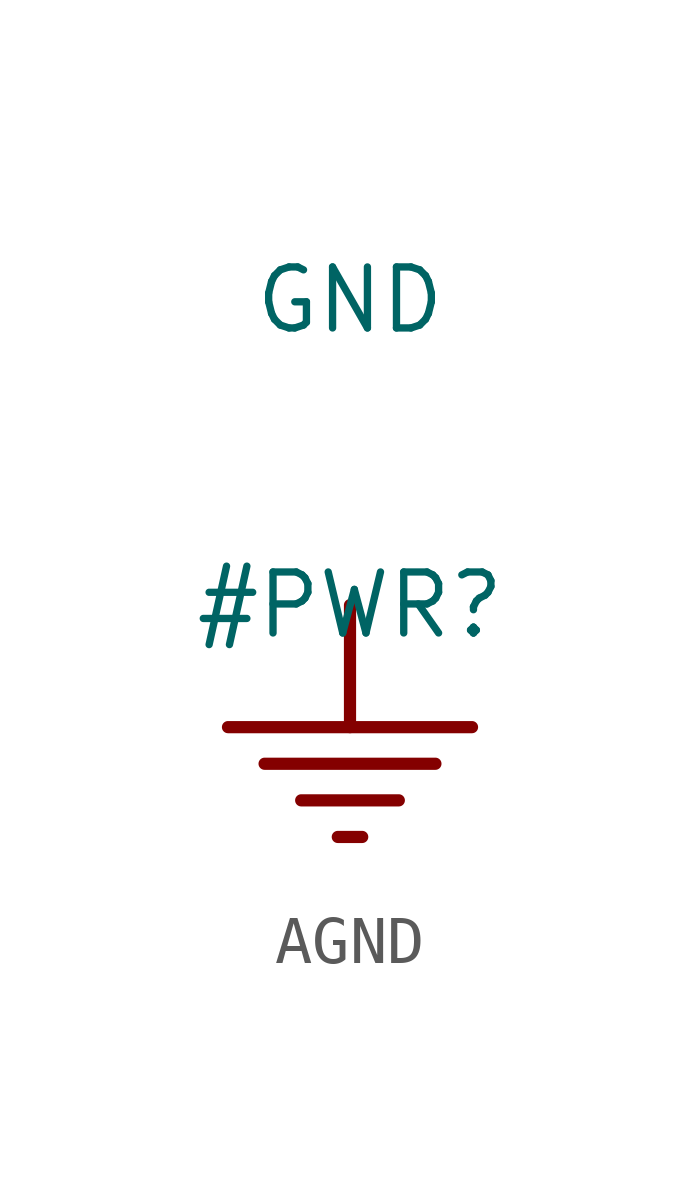
<source format=kicad_sym>
(kicad_symbol_lib
  (version 20241209)
  (generator "kicad_symbol_editor")
  (generator_version "9.0")
  (symbol "AGND"
    (power)
    (property "Reference" "#PWR"
      (at 0 0 0)
      (effects (font (size 1.27 1.27))))
    (property "Value" "GND"
      (at 0 6.35 0)
      (effects (font (size 1.27 1.27))))
    (symbol "AGND_0_0"
      (polyline (pts (xy -2.54 -2.54) (xy 2.54 -2.54)) (stroke (width 0.254) (type solid)) (fill (type none)))
      (polyline (pts (xy -1.778 -3.302) (xy 1.778 -3.302)) (stroke (width 0.254) (type solid)) (fill (type none)))
      (polyline (pts (xy -1.016 -4.064) (xy 1.016 -4.064)) (stroke (width 0.254) (type solid)) (fill (type none)))
      (polyline (pts (xy -0.254 -4.826) (xy 0.254 -4.826)) (stroke (width 0.254) (type solid)) (fill (type none)))
      (polyline (pts (xy 0 0) (xy 0 -2.54)) (stroke (width 0.254) (type solid)) (fill (type none)))
      (pin power_in line (at 0 0 0) (length 0) (hide yes) (name "AGND" (effects (font (size 1.27 1.27)))) (number "" (effects (font (size 1.27 1.27))))))))
</source>
